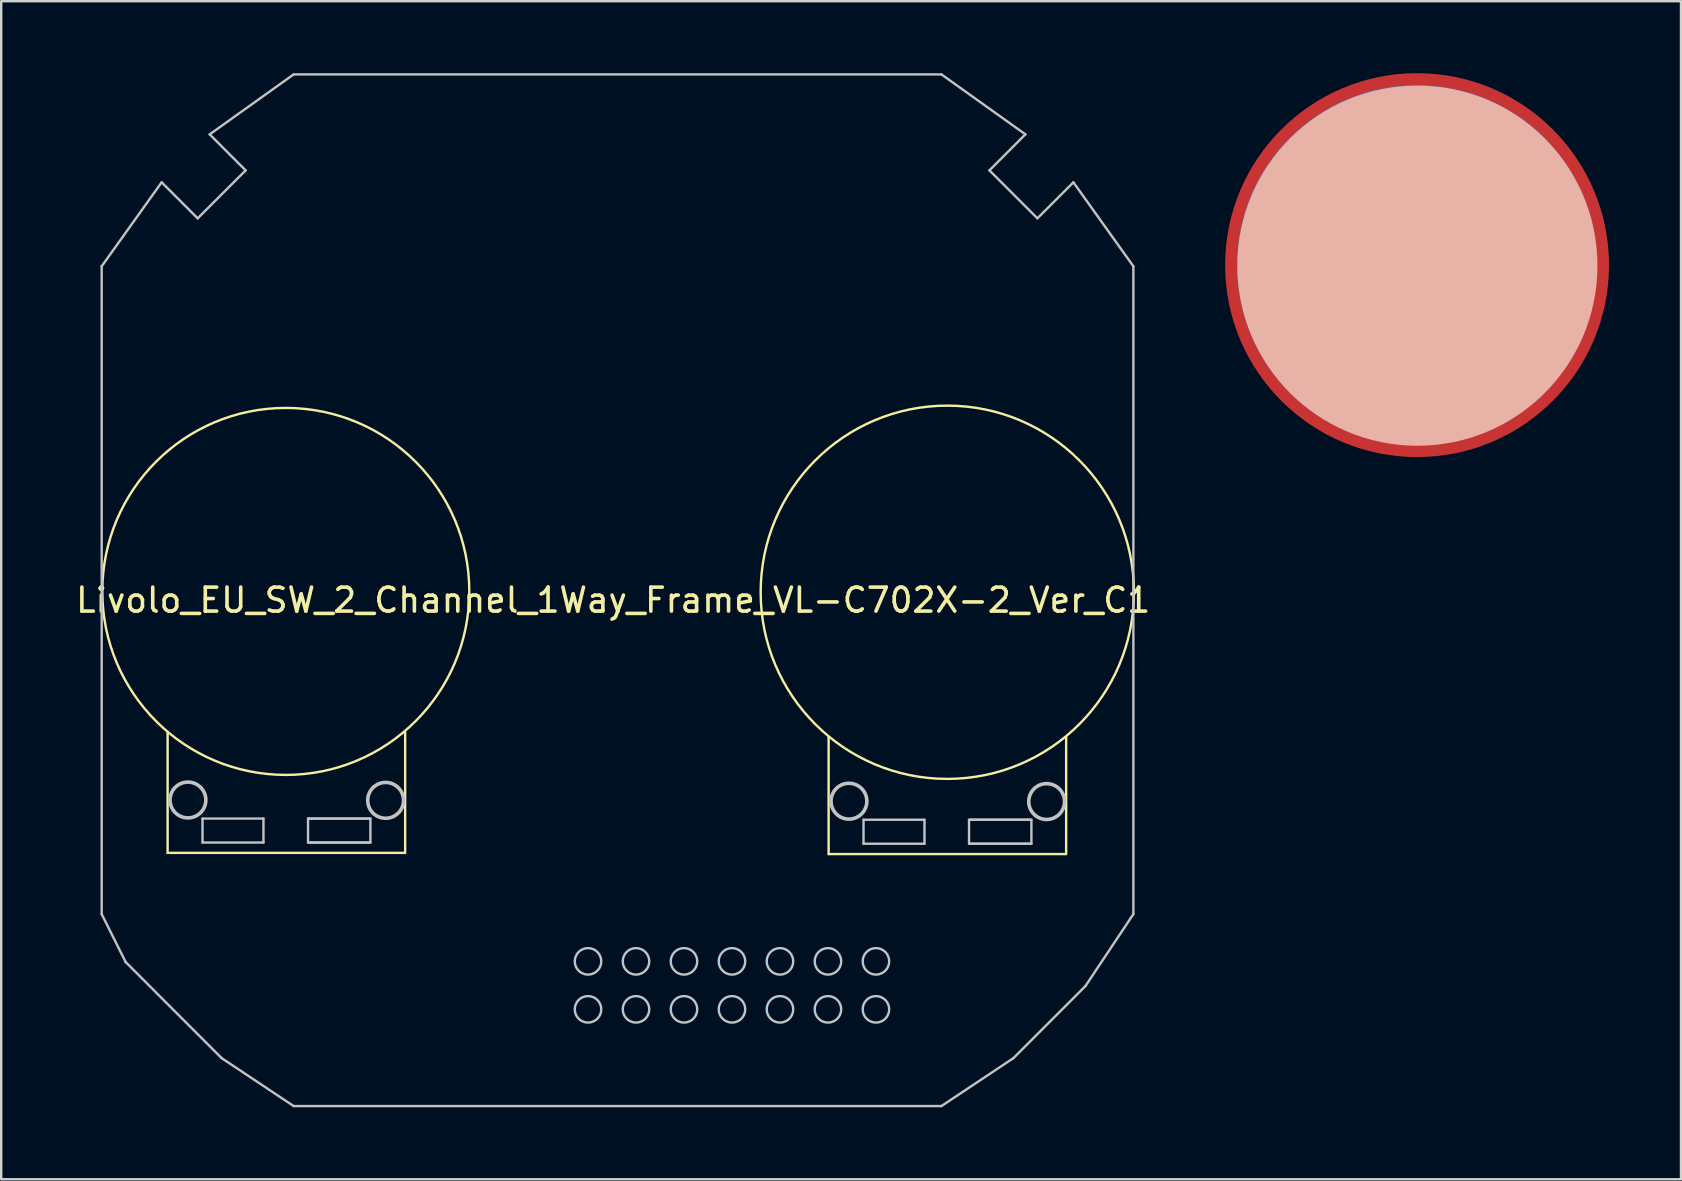
<source format=kicad_pcb>
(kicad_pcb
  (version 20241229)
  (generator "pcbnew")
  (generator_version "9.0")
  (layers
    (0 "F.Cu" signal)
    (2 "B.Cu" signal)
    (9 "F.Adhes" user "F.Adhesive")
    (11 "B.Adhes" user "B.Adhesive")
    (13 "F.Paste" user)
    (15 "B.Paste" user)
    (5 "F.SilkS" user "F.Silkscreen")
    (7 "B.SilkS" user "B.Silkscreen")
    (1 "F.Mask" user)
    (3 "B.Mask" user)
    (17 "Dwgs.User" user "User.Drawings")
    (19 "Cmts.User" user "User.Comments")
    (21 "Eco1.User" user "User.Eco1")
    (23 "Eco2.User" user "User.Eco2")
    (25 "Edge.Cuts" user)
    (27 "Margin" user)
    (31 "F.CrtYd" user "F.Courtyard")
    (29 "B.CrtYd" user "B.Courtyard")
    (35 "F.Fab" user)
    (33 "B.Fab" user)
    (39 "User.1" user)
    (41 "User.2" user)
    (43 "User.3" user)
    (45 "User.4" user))
  (footprint "livolo_ts_guard"
    (layer "F.Cu")
    (at 56.012 8)
    (property "Reference" "livolo_ts_guard" (at 0.254 1.016 0) (layer "F.SilkS") (effects (font (size 0.4 0.4) (thickness 0.1))))
    (attr through_hole)
    (fp_circle (center 0.013 0.024) (end -3.029 2.225) (stroke (width 7.5) (type solid)) (fill no) (layer "B.SilkS"))
    (pad "1" smd circle (at 0 0) (size 15 15) (layers "B.Cu"))
    (pad "2" smd circle (at 0 0) (size 16 16) (layers "F.Cu")))
  (footprint "Livolo_EU_SW_2_Channel_1Way_Frame_VL-C702X-2_Ver_C1"
    (layer "F.Cu")
    (at 22.806 21.465)
    (property "Reference" "Livolo_EU_SW_2_Channel_1Way_Frame_VL-C702X-2_Ver_C1" (at -0.3 0.5 0) (layer "F.SilkS") (effects (font (size 1 1) (thickness 0.15))))
    (attr through_hole)
    (fp_line (start -18.87 11.032) (end -18.87 6) (stroke (width 0.1) (type solid)) (layer "F.SilkS"))
    (fp_line (start -8.998 11.032) (end -18.866 11.032) (stroke (width 0.1) (type solid)) (layer "F.SilkS"))
    (fp_line (start -8.97 11.032) (end -8.97 6) (stroke (width 0.1) (type solid)) (layer "F.SilkS"))
    (fp_line (start 8.68 11.082) (end 8.68 6.2) (stroke (width 0.1) (type solid)) (layer "F.SilkS"))
    (fp_line (start 18.552 11.082) (end 8.684 11.082) (stroke (width 0.1) (type solid)) (layer "F.SilkS"))
    (fp_line (start 18.58 11.082) (end 18.58 6.2) (stroke (width 0.1) (type solid)) (layer "F.SilkS"))
    (fp_circle (center -13.944 0.135) (end -6.3 -0.1) (stroke (width 0.1) (type solid)) (fill no) (layer "F.SilkS"))
    (fp_circle (center 13.626 0.17) (end 21.4 -0.1) (stroke (width 0.1) (type solid)) (fill no) (layer "F.SilkS"))
    (fp_line (start -21.618 -13.416) (end -19.119 -16.916) (stroke (width 0.1) (type solid)) (layer "Dwgs.User"))
    (fp_line (start -21.618 13.584) (end -21.618 -13.416) (stroke (width 0.1) (type solid)) (layer "Dwgs.User"))
    (fp_line (start -21.618 13.584) (end -20.617 15.585) (stroke (width 0.1) (type solid)) (layer "Dwgs.User"))
    (fp_line (start -20.617 15.585) (end -16.619 19.586) (stroke (width 0.1) (type solid)) (layer "Dwgs.User"))
    (fp_line (start -19.119 -16.916) (end -17.617 -15.415) (stroke (width 0.1) (type solid)) (layer "Dwgs.User"))
    (fp_line (start -17.617 -15.415) (end -15.618 -17.414) (stroke (width 0.1) (type solid)) (layer "Dwgs.User"))
    (fp_line (start -17.415 10.6) (end -17.415 9.6) (stroke (width 0.1) (type solid)) (layer "Dwgs.User"))
    (fp_line (start -17.117 -18.915) (end -13.617 -21.415) (stroke (width 0.1) (type solid)) (layer "Dwgs.User"))
    (fp_line (start -16.619 19.586) (end -13.617 21.585) (stroke (width 0.1) (type solid)) (layer "Dwgs.User"))
    (fp_line (start -15.618 -17.414) (end -17.117 -18.915) (stroke (width 0.1) (type solid)) (layer "Dwgs.User"))
    (fp_line (start -14.875 9.602) (end -17.415 9.602) (stroke (width 0.1) (type solid)) (layer "Dwgs.User"))
    (fp_line (start -14.875 10.6) (end -17.415 10.6) (stroke (width 0.1) (type solid)) (layer "Dwgs.User"))
    (fp_line (start -14.875 10.6) (end -14.875 9.602) (stroke (width 0.1) (type solid)) (layer "Dwgs.User"))
    (fp_line (start -13.617 -21.415) (end 13.381 -21.415) (stroke (width 0.1) (type solid)) (layer "Dwgs.User"))
    (fp_line (start -13.617 21.585) (end 13.381 21.585) (stroke (width 0.1) (type solid)) (layer "Dwgs.User"))
    (fp_line (start -13.018 10.6) (end -13.018 9.602) (stroke (width 0.1) (type solid)) (layer "Dwgs.User"))
    (fp_line (start -10.478 9.602) (end -13.018 9.602) (stroke (width 0.1) (type solid)) (layer "Dwgs.User"))
    (fp_line (start -10.478 10.6) (end -13.018 10.6) (stroke (width 0.1) (type solid)) (layer "Dwgs.User"))
    (fp_line (start -10.418 9.602) (end -12.958 9.602) (stroke (width 0.1) (type solid)) (layer "Dwgs.User"))
    (fp_line (start -10.418 10.6) (end -12.958 10.6) (stroke (width 0.1) (type solid)) (layer "Dwgs.User"))
    (fp_line (start -10.418 10.6) (end -10.418 9.602) (stroke (width 0.1) (type solid)) (layer "Dwgs.User"))
    (fp_line (start 10.135 10.65) (end 10.135 9.65) (stroke (width 0.1) (type solid)) (layer "Dwgs.User"))
    (fp_line (start 12.675 9.652) (end 10.135 9.652) (stroke (width 0.1) (type solid)) (layer "Dwgs.User"))
    (fp_line (start 12.675 10.65) (end 10.135 10.65) (stroke (width 0.1) (type solid)) (layer "Dwgs.User"))
    (fp_line (start 12.675 10.65) (end 12.675 9.652) (stroke (width 0.1) (type solid)) (layer "Dwgs.User"))
    (fp_line (start 13.381 -21.415) (end 16.881 -18.915) (stroke (width 0.1) (type solid)) (layer "Dwgs.User"))
    (fp_line (start 13.381 21.585) (end 16.383 19.586) (stroke (width 0.1) (type solid)) (layer "Dwgs.User"))
    (fp_line (start 14.532 10.65) (end 14.532 9.652) (stroke (width 0.1) (type solid)) (layer "Dwgs.User"))
    (fp_line (start 15.382 -17.414) (end 17.381 -15.415) (stroke (width 0.1) (type solid)) (layer "Dwgs.User"))
    (fp_line (start 16.383 19.586) (end 19.383 16.584) (stroke (width 0.1) (type solid)) (layer "Dwgs.User"))
    (fp_line (start 16.881 -18.915) (end 15.382 -17.414) (stroke (width 0.1) (type solid)) (layer "Dwgs.User"))
    (fp_line (start 17.072 9.652) (end 14.532 9.652) (stroke (width 0.1) (type solid)) (layer "Dwgs.User"))
    (fp_line (start 17.072 10.65) (end 14.532 10.65) (stroke (width 0.1) (type solid)) (layer "Dwgs.User"))
    (fp_line (start 17.132 9.652) (end 14.592 9.652) (stroke (width 0.1) (type solid)) (layer "Dwgs.User"))
    (fp_line (start 17.132 10.65) (end 14.592 10.65) (stroke (width 0.1) (type solid)) (layer "Dwgs.User"))
    (fp_line (start 17.132 10.65) (end 17.132 9.652) (stroke (width 0.1) (type solid)) (layer "Dwgs.User"))
    (fp_line (start 17.381 -15.415) (end 18.882 -16.916) (stroke (width 0.1) (type solid)) (layer "Dwgs.User"))
    (fp_line (start 18.882 -16.916) (end 21.382 -13.416) (stroke (width 0.1) (type solid)) (layer "Dwgs.User"))
    (fp_line (start 19.383 16.584) (end 21.382 13.584) (stroke (width 0.1) (type solid)) (layer "Dwgs.User"))
    (fp_line (start 21.382 13.584) (end 21.382 -13.416) (stroke (width 0.1) (type solid)) (layer "Dwgs.User"))
    (fp_circle (center -18.023 8.828) (end -17.321 9.082) (stroke (width 0.15) (type solid)) (fill no) (layer "Dwgs.User"))
    (fp_circle (center -9.783 8.843) (end -9.081 9.097) (stroke (width 0.15) (type solid)) (fill no) (layer "Dwgs.User"))
    (fp_circle (center -1.348 15.553) (end -0.796 15.553) (stroke (width 0.1) (type solid)) (fill no) (layer "Dwgs.User"))
    (fp_circle (center -1.348 17.553) (end -0.796 17.553) (stroke (width 0.1) (type solid)) (fill no) (layer "Dwgs.User"))
    (fp_circle (center 0.652 15.553) (end 1.204 15.553) (stroke (width 0.1) (type solid)) (fill no) (layer "Dwgs.User"))
    (fp_circle (center 0.652 17.553) (end 1.204 17.553) (stroke (width 0.1) (type solid)) (fill no) (layer "Dwgs.User"))
    (fp_circle (center 2.652 15.553) (end 3.204 15.553) (stroke (width 0.1) (type solid)) (fill no) (layer "Dwgs.User"))
    (fp_circle (center 2.652 17.553) (end 3.204 17.553) (stroke (width 0.1) (type solid)) (fill no) (layer "Dwgs.User"))
    (fp_circle (center 4.652 15.553) (end 5.204 15.553) (stroke (width 0.1) (type solid)) (fill no) (layer "Dwgs.User"))
    (fp_circle (center 4.652 17.553) (end 5.204 17.553) (stroke (width 0.1) (type solid)) (fill no) (layer "Dwgs.User"))
    (fp_circle (center 6.652 15.553) (end 7.204 15.553) (stroke (width 0.1) (type solid)) (fill no) (layer "Dwgs.User"))
    (fp_circle (center 6.652 17.553) (end 7.204 17.553) (stroke (width 0.1) (type solid)) (fill no) (layer "Dwgs.User"))
    (fp_circle (center 8.652 15.553) (end 9.204 15.553) (stroke (width 0.1) (type solid)) (fill no) (layer "Dwgs.User"))
    (fp_circle (center 8.652 17.553) (end 9.204 17.553) (stroke (width 0.1) (type solid)) (fill no) (layer "Dwgs.User"))
    (fp_circle (center 9.527 8.878) (end 10.229 9.132) (stroke (width 0.15) (type solid)) (fill no) (layer "Dwgs.User"))
    (fp_circle (center 10.652 15.553) (end 11.204 15.553) (stroke (width 0.1) (type solid)) (fill no) (layer "Dwgs.User"))
    (fp_circle (center 10.652 17.553) (end 11.204 17.553) (stroke (width 0.1) (type solid)) (fill no) (layer "Dwgs.User"))
    (fp_circle (center 17.767 8.893) (end 18.469 9.147) (stroke (width 0.15) (type solid)) (fill no) (layer "Dwgs.User")))
  (gr_rect
    (start -3 -3)
    (end 67.012 46.1)
    (stroke (width 0.1) (type default))
    (fill no)
    (layer "Edge.Cuts")))
</source>
